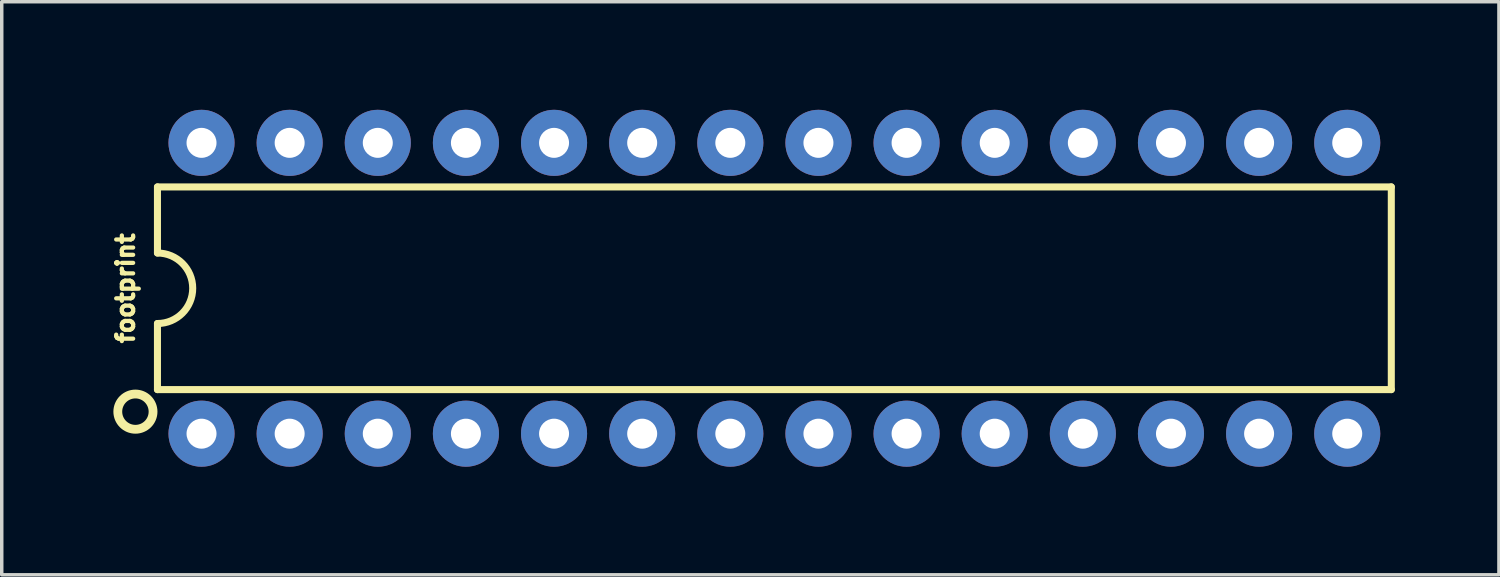
<source format=kicad_pcb>
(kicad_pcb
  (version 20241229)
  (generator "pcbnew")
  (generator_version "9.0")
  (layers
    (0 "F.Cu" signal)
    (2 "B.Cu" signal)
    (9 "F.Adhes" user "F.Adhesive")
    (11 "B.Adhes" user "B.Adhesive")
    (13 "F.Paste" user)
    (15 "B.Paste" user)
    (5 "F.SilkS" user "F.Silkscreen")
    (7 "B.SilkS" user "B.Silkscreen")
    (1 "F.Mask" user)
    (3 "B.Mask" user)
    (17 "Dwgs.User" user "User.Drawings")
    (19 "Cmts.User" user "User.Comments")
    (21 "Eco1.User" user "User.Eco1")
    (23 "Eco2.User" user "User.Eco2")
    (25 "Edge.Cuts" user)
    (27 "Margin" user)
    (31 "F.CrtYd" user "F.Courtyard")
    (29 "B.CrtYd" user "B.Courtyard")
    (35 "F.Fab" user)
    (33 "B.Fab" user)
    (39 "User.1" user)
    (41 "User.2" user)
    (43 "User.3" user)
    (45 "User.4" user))
  (footprint "footprint"
    (layer "F.Cu")
    (at 19.268 5.258)
    (property "Reference" "footprint" (at -18.415 0 90) (layer "F.SilkS") (effects (font (size 0.488 0.488) (thickness 0.122)) (justify bottom)))
    (fp_circle (center -16.51 -4.191) (end -16.294 -4.191) (stroke (width 0.432) (type solid)) (fill yes) (layer "F.Mask"))
    (fp_circle (center -16.51 4.191) (end -16.294 4.191) (stroke (width 0.432) (type solid)) (fill yes) (layer "F.Mask"))
    (fp_circle (center -13.97 -4.191) (end -13.754 -4.191) (stroke (width 0.432) (type solid)) (fill yes) (layer "F.Mask"))
    (fp_circle (center -13.97 4.191) (end -13.754 4.191) (stroke (width 0.432) (type solid)) (fill yes) (layer "F.Mask"))
    (fp_circle (center -11.43 -4.191) (end -11.214 -4.191) (stroke (width 0.432) (type solid)) (fill yes) (layer "F.Mask"))
    (fp_circle (center -11.43 4.191) (end -11.214 4.191) (stroke (width 0.432) (type solid)) (fill yes) (layer "F.Mask"))
    (fp_circle (center -8.89 -4.191) (end -8.674 -4.191) (stroke (width 0.432) (type solid)) (fill yes) (layer "F.Mask"))
    (fp_circle (center -8.89 4.191) (end -8.674 4.191) (stroke (width 0.432) (type solid)) (fill yes) (layer "F.Mask"))
    (fp_circle (center -6.35 -4.191) (end -6.134 -4.191) (stroke (width 0.432) (type solid)) (fill yes) (layer "F.Mask"))
    (fp_circle (center -6.35 4.191) (end -6.134 4.191) (stroke (width 0.432) (type solid)) (fill yes) (layer "F.Mask"))
    (fp_circle (center -3.81 -4.191) (end -3.594 -4.191) (stroke (width 0.432) (type solid)) (fill yes) (layer "F.Mask"))
    (fp_circle (center -3.81 4.191) (end -3.594 4.191) (stroke (width 0.432) (type solid)) (fill yes) (layer "F.Mask"))
    (fp_circle (center -1.27 -4.191) (end -1.054 -4.191) (stroke (width 0.432) (type solid)) (fill yes) (layer "F.Mask"))
    (fp_circle (center -1.27 4.191) (end -1.054 4.191) (stroke (width 0.432) (type solid)) (fill yes) (layer "F.Mask"))
    (fp_circle (center 1.27 -4.191) (end 1.486 -4.191) (stroke (width 0.432) (type solid)) (fill yes) (layer "F.Mask"))
    (fp_circle (center 1.27 4.191) (end 1.486 4.191) (stroke (width 0.432) (type solid)) (fill yes) (layer "F.Mask"))
    (fp_circle (center 3.81 -4.191) (end 4.026 -4.191) (stroke (width 0.432) (type solid)) (fill yes) (layer "F.Mask"))
    (fp_circle (center 3.81 4.191) (end 4.026 4.191) (stroke (width 0.432) (type solid)) (fill yes) (layer "F.Mask"))
    (fp_circle (center 6.35 -4.191) (end 6.566 -4.191) (stroke (width 0.432) (type solid)) (fill yes) (layer "F.Mask"))
    (fp_circle (center 6.35 4.191) (end 6.566 4.191) (stroke (width 0.432) (type solid)) (fill yes) (layer "F.Mask"))
    (fp_circle (center 8.89 -4.191) (end 9.106 -4.191) (stroke (width 0.432) (type solid)) (fill yes) (layer "F.Mask"))
    (fp_circle (center 8.89 4.191) (end 9.106 4.191) (stroke (width 0.432) (type solid)) (fill yes) (layer "F.Mask"))
    (fp_circle (center 11.43 -4.191) (end 11.646 -4.191) (stroke (width 0.432) (type solid)) (fill yes) (layer "F.Mask"))
    (fp_circle (center 11.43 4.191) (end 11.646 4.191) (stroke (width 0.432) (type solid)) (fill yes) (layer "F.Mask"))
    (fp_circle (center 13.97 -4.191) (end 14.186 -4.191) (stroke (width 0.432) (type solid)) (fill yes) (layer "F.Mask"))
    (fp_circle (center 13.97 4.191) (end 14.186 4.191) (stroke (width 0.432) (type solid)) (fill yes) (layer "F.Mask"))
    (fp_circle (center 16.51 -4.191) (end 16.726 -4.191) (stroke (width 0.432) (type solid)) (fill yes) (layer "F.Mask"))
    (fp_circle (center 16.51 4.191) (end 16.726 4.191) (stroke (width 0.432) (type solid)) (fill yes) (layer "F.Mask"))
    (fp_circle (center -16.51 -4.191) (end -15.977 -4.191) (stroke (width 1.067) (type solid)) (fill yes) (layer "B.Mask"))
    (fp_circle (center -16.51 4.191) (end -15.977 4.191) (stroke (width 1.067) (type solid)) (fill yes) (layer "B.Mask"))
    (fp_circle (center -13.97 -4.191) (end -13.437 -4.191) (stroke (width 1.067) (type solid)) (fill yes) (layer "B.Mask"))
    (fp_circle (center -13.97 4.191) (end -13.437 4.191) (stroke (width 1.067) (type solid)) (fill yes) (layer "B.Mask"))
    (fp_circle (center -11.43 -4.191) (end -10.897 -4.191) (stroke (width 1.067) (type solid)) (fill yes) (layer "B.Mask"))
    (fp_circle (center -11.43 4.191) (end -10.897 4.191) (stroke (width 1.067) (type solid)) (fill yes) (layer "B.Mask"))
    (fp_circle (center -8.89 -4.191) (end -8.357 -4.191) (stroke (width 1.067) (type solid)) (fill yes) (layer "B.Mask"))
    (fp_circle (center -8.89 4.191) (end -8.357 4.191) (stroke (width 1.067) (type solid)) (fill yes) (layer "B.Mask"))
    (fp_circle (center -6.35 -4.191) (end -5.817 -4.191) (stroke (width 1.067) (type solid)) (fill yes) (layer "B.Mask"))
    (fp_circle (center -6.35 4.191) (end -5.817 4.191) (stroke (width 1.067) (type solid)) (fill yes) (layer "B.Mask"))
    (fp_circle (center -3.81 -4.191) (end -3.277 -4.191) (stroke (width 1.067) (type solid)) (fill yes) (layer "B.Mask"))
    (fp_circle (center -3.81 4.191) (end -3.277 4.191) (stroke (width 1.067) (type solid)) (fill yes) (layer "B.Mask"))
    (fp_circle (center -1.27 -4.191) (end -0.737 -4.191) (stroke (width 1.067) (type solid)) (fill yes) (layer "B.Mask"))
    (fp_circle (center -1.27 4.191) (end -0.737 4.191) (stroke (width 1.067) (type solid)) (fill yes) (layer "B.Mask"))
    (fp_circle (center 1.27 -4.191) (end 1.803 -4.191) (stroke (width 1.067) (type solid)) (fill yes) (layer "B.Mask"))
    (fp_circle (center 1.27 4.191) (end 1.803 4.191) (stroke (width 1.067) (type solid)) (fill yes) (layer "B.Mask"))
    (fp_circle (center 3.81 -4.191) (end 4.343 -4.191) (stroke (width 1.067) (type solid)) (fill yes) (layer "B.Mask"))
    (fp_circle (center 3.81 4.191) (end 4.343 4.191) (stroke (width 1.067) (type solid)) (fill yes) (layer "B.Mask"))
    (fp_circle (center 6.35 -4.191) (end 6.883 -4.191) (stroke (width 1.067) (type solid)) (fill yes) (layer "B.Mask"))
    (fp_circle (center 6.35 4.191) (end 6.883 4.191) (stroke (width 1.067) (type solid)) (fill yes) (layer "B.Mask"))
    (fp_circle (center 8.89 -4.191) (end 9.423 -4.191) (stroke (width 1.067) (type solid)) (fill yes) (layer "B.Mask"))
    (fp_circle (center 8.89 4.191) (end 9.423 4.191) (stroke (width 1.067) (type solid)) (fill yes) (layer "B.Mask"))
    (fp_circle (center 11.43 -4.191) (end 11.963 -4.191) (stroke (width 1.067) (type solid)) (fill yes) (layer "B.Mask"))
    (fp_circle (center 11.43 4.191) (end 11.963 4.191) (stroke (width 1.067) (type solid)) (fill yes) (layer "B.Mask"))
    (fp_circle (center 13.97 -4.191) (end 14.503 -4.191) (stroke (width 1.067) (type solid)) (fill yes) (layer "B.Mask"))
    (fp_circle (center 13.97 4.191) (end 14.503 4.191) (stroke (width 1.067) (type solid)) (fill yes) (layer "B.Mask"))
    (fp_circle (center 16.51 -4.191) (end 17.043 -4.191) (stroke (width 1.067) (type solid)) (fill yes) (layer "B.Mask"))
    (fp_circle (center 16.51 4.191) (end 17.043 4.191) (stroke (width 1.067) (type solid)) (fill yes) (layer "B.Mask"))
    (fp_line (start -17.78 -2.921) (end -17.78 -1.016) (stroke (width 0.203) (type solid)) (layer "F.SilkS"))
    (fp_line (start -17.78 2.921) (end -17.78 1.016) (stroke (width 0.203) (type solid)) (layer "F.SilkS"))
    (fp_line (start -17.78 2.921) (end 17.78 2.921) (stroke (width 0.203) (type solid)) (layer "F.SilkS"))
    (fp_line (start 17.78 -2.921) (end -17.78 -2.921) (stroke (width 0.203) (type solid)) (layer "F.SilkS"))
    (fp_line (start 17.78 -2.921) (end 17.78 2.921) (stroke (width 0.203) (type solid)) (layer "F.SilkS"))
    (fp_arc (start -17.78 -1.016) (mid -16.764 0) (end -17.78 1.016) (stroke (width 0.2032) (type solid)) (layer "F.SilkS"))
    (fp_circle (center -18.415 3.556) (end -17.907 3.556) (stroke (width 0.254) (type solid)) (fill no) (layer "F.SilkS"))
    (pad "1" thru_hole circle (at -16.51 4.191 90) (size 1.905 1.905) (drill 0.864) (layers "*.Cu"))
    (pad "2" thru_hole circle (at -13.97 4.191 90) (size 1.905 1.905) (drill 0.864) (layers "*.Cu"))
    (pad "3" thru_hole circle (at -11.43 4.191 90) (size 1.905 1.905) (drill 0.864) (layers "*.Cu"))
    (pad "4" thru_hole circle (at -8.89 4.191 90) (size 1.905 1.905) (drill 0.864) (layers "*.Cu"))
    (pad "5" thru_hole circle (at -6.35 4.191 90) (size 1.905 1.905) (drill 0.864) (layers "*.Cu"))
    (pad "6" thru_hole circle (at -3.81 4.191 90) (size 1.905 1.905) (drill 0.864) (layers "*.Cu"))
    (pad "7" thru_hole circle (at -1.27 4.191 90) (size 1.905 1.905) (drill 0.864) (layers "*.Cu"))
    (pad "8" thru_hole circle (at 1.27 4.191 90) (size 1.905 1.905) (drill 0.864) (layers "*.Cu"))
    (pad "9" thru_hole circle (at 3.81 4.191 90) (size 1.905 1.905) (drill 0.864) (layers "*.Cu"))
    (pad "10" thru_hole circle (at 6.35 4.191 90) (size 1.905 1.905) (drill 0.864) (layers "*.Cu"))
    (pad "11" thru_hole circle (at 8.89 4.191 90) (size 1.905 1.905) (drill 0.864) (layers "*.Cu"))
    (pad "12" thru_hole circle (at 11.43 4.191 90) (size 1.905 1.905) (drill 0.864) (layers "*.Cu"))
    (pad "13" thru_hole circle (at 13.97 4.191 90) (size 1.905 1.905) (drill 0.864) (layers "*.Cu"))
    (pad "14" thru_hole circle (at 16.51 4.191 90) (size 1.905 1.905) (drill 0.864) (layers "*.Cu"))
    (pad "15" thru_hole circle (at 16.51 -4.191 90) (size 1.905 1.905) (drill 0.864) (layers "*.Cu"))
    (pad "16" thru_hole circle (at 13.97 -4.191 90) (size 1.905 1.905) (drill 0.864) (layers "*.Cu"))
    (pad "17" thru_hole circle (at 11.43 -4.191 90) (size 1.905 1.905) (drill 0.864) (layers "*.Cu"))
    (pad "18" thru_hole circle (at 8.89 -4.191 90) (size 1.905 1.905) (drill 0.864) (layers "*.Cu"))
    (pad "19" thru_hole circle (at 6.35 -4.191 90) (size 1.905 1.905) (drill 0.864) (layers "*.Cu"))
    (pad "20" thru_hole circle (at 3.81 -4.191 90) (size 1.905 1.905) (drill 0.864) (layers "*.Cu"))
    (pad "21" thru_hole circle (at 1.27 -4.191 90) (size 1.905 1.905) (drill 0.864) (layers "*.Cu"))
    (pad "22" thru_hole circle (at -1.27 -4.191 90) (size 1.905 1.905) (drill 0.864) (layers "*.Cu"))
    (pad "23" thru_hole circle (at -3.81 -4.191 90) (size 1.905 1.905) (drill 0.864) (layers "*.Cu"))
    (pad "24" thru_hole circle (at -6.35 -4.191 90) (size 1.905 1.905) (drill 0.864) (layers "*.Cu"))
    (pad "25" thru_hole circle (at -8.89 -4.191 90) (size 1.905 1.905) (drill 0.864) (layers "*.Cu"))
    (pad "26" thru_hole circle (at -11.43 -4.191 90) (size 1.905 1.905) (drill 0.864) (layers "*.Cu"))
    (pad "27" thru_hole circle (at -13.97 -4.191 90) (size 1.905 1.905) (drill 0.864) (layers "*.Cu"))
    (pad "28" thru_hole circle (at -16.51 -4.191 90) (size 1.905 1.905) (drill 0.864) (layers "*.Cu")))
  (gr_rect
    (start -3 -3)
    (end 40.15 13.516)
    (stroke (width 0.1) (type default))
    (fill no)
    (layer "Edge.Cuts")))
</source>
